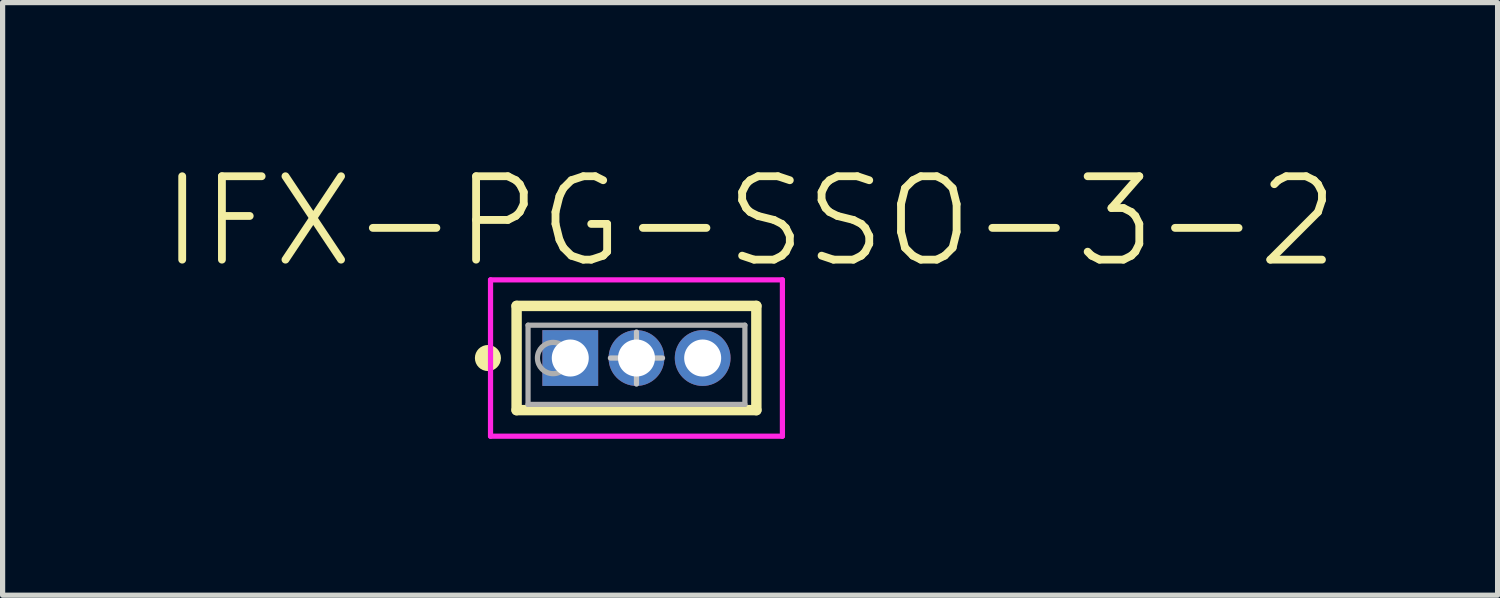
<source format=kicad_pcb>
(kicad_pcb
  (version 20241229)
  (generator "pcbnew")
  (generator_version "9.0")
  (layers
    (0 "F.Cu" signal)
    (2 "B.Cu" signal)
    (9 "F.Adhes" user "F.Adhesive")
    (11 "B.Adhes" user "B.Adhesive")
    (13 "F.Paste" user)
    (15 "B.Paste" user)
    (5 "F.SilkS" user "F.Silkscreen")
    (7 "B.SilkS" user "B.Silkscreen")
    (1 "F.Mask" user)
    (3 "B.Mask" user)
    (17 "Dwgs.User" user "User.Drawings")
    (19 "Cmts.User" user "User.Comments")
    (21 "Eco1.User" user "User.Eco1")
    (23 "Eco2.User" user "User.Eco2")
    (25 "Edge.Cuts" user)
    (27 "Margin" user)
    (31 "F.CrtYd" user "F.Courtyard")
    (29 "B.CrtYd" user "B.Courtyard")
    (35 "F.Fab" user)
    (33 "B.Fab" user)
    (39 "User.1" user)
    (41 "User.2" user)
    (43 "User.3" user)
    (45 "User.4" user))
  (footprint "IFX-PG-SSO-3-2"
    (layer "F.Cu")
    (at 9.161 3.819)
    (property "Reference" "IFX-PG-SSO-3-2" (at 2.18 -2.62 0) (layer "F.SilkS") (effects (font (size 1.6 1.6) (thickness 0.15))))
    (attr through_hole)
    (fp_line (start -2.3 -1) (end 2.3 -1) (stroke (width 0.2) (type solid)) (layer "F.SilkS"))
    (fp_line (start -2.3 1) (end -2.3 -1) (stroke (width 0.2) (type solid)) (layer "F.SilkS"))
    (fp_line (start -2.3 1) (end 2.3 1) (stroke (width 0.2) (type solid)) (layer "F.SilkS"))
    (fp_line (start 2.3 1) (end 2.3 -1) (stroke (width 0.2) (type solid)) (layer "F.SilkS"))
    (fp_circle (center -2.85 0) (end -2.725 0) (stroke (width 0.25) (type solid)) (fill no) (layer "F.SilkS"))
    (fp_line (start -0.5 0) (end 0.5 0) (stroke (width 0.1) (type solid)) (layer "Dwgs.User"))
    (fp_line (start 0 0.5) (end 0 -0.5) (stroke (width 0.1) (type solid)) (layer "Dwgs.User"))
    (fp_line (start -2.8 -1.5) (end 2.8 -1.5) (stroke (width 0.1) (type solid)) (layer "F.CrtYd"))
    (fp_line (start -2.8 1.5) (end -2.8 -1.5) (stroke (width 0.1) (type solid)) (layer "F.CrtYd"))
    (fp_line (start -2.8 1.5) (end 2.8 1.5) (stroke (width 0.1) (type solid)) (layer "F.CrtYd"))
    (fp_line (start 2.8 1.5) (end 2.8 -1.5) (stroke (width 0.1) (type solid)) (layer "F.CrtYd"))
    (fp_line (start -2.08 -0.63) (end 2.08 -0.63) (stroke (width 0.1) (type solid)) (layer "F.Fab"))
    (fp_line (start -2.08 0.89) (end -2.08 -0.63) (stroke (width 0.1) (type solid)) (layer "F.Fab"))
    (fp_line (start -2.08 0.89) (end 2.08 0.89) (stroke (width 0.1) (type solid)) (layer "F.Fab"))
    (fp_line (start 2.08 0.89) (end 2.08 -0.63) (stroke (width 0.1) (type solid)) (layer "F.Fab"))
    (fp_circle (center -1.6 0) (end -1.3 0) (stroke (width 0.1) (type solid)) (fill no) (layer "F.Fab"))
    (pad "1" thru_hole rect (at -1.27 0) (size 1.07 1.07) (drill 0.71) (layers "*.Cu" "*.Mask"))
    (pad "2" thru_hole circle (at 0 0) (size 1.07 1.07) (drill 0.71) (layers "*.Cu" "*.Mask"))
    (pad "3" thru_hole circle (at 1.27 0) (size 1.07 1.07) (drill 0.71) (layers "*.Cu" "*.Mask")))
  (gr_rect
    (start -3 -3)
    (end 25.682 8.369)
    (stroke (width 0.1) (type default))
    (fill no)
    (layer "Edge.Cuts")))
</source>
